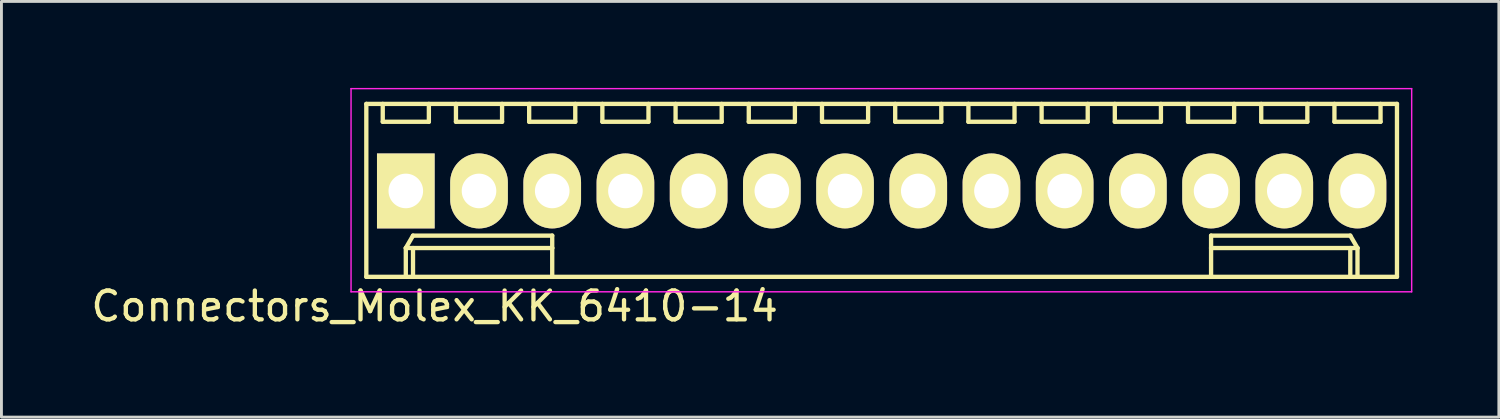
<source format=kicad_pcb>
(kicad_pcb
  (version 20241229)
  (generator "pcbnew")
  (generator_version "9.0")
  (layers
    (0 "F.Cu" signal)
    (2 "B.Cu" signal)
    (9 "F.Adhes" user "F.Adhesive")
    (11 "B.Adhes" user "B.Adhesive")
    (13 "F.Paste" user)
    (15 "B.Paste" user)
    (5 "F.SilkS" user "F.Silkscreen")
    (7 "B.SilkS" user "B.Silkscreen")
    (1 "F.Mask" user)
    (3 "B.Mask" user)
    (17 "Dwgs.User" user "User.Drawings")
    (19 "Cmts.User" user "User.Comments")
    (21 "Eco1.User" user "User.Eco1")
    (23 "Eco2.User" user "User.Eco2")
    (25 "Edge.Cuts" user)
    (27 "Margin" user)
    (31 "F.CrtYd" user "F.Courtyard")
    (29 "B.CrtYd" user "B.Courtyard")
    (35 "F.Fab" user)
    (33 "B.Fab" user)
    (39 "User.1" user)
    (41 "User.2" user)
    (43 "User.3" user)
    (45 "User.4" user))
  (footprint "Connectors_Molex_KK_6410-14"
    (layer "F.Cu")
    (at 11.03 3.575)
    (property "Reference" "Connectors_Molex_KK_6410-14" (at 1 4 0) (layer "F.SilkS") (effects (font (size 1 1) (thickness 0.15))))
    (attr through_hole)
    (fp_line (start -1.37 -3.02) (end -1.37 2.98) (stroke (width 0.15) (type solid)) (layer "F.SilkS"))
    (fp_line (start -1.37 2.98) (end 34.39 2.98) (stroke (width 0.15) (type solid)) (layer "F.SilkS"))
    (fp_line (start -0.8 -3.02) (end -0.8 -2.4) (stroke (width 0.15) (type solid)) (layer "F.SilkS"))
    (fp_line (start -0.8 -2.4) (end 0.8 -2.4) (stroke (width 0.15) (type solid)) (layer "F.SilkS"))
    (fp_line (start 0 1.98) (end 0.25 1.55) (stroke (width 0.15) (type solid)) (layer "F.SilkS"))
    (fp_line (start 0 1.98) (end 5.08 1.98) (stroke (width 0.15) (type solid)) (layer "F.SilkS"))
    (fp_line (start 0 2.98) (end 0 1.98) (stroke (width 0.15) (type solid)) (layer "F.SilkS"))
    (fp_line (start 0.25 1.55) (end 5.08 1.55) (stroke (width 0.15) (type solid)) (layer "F.SilkS"))
    (fp_line (start 0.25 2.98) (end 0.25 1.98) (stroke (width 0.15) (type solid)) (layer "F.SilkS"))
    (fp_line (start 0.8 -2.4) (end 0.8 -3.02) (stroke (width 0.15) (type solid)) (layer "F.SilkS"))
    (fp_line (start 1.74 -3.02) (end 1.74 -2.4) (stroke (width 0.15) (type solid)) (layer "F.SilkS"))
    (fp_line (start 1.74 -2.4) (end 3.34 -2.4) (stroke (width 0.15) (type solid)) (layer "F.SilkS"))
    (fp_line (start 3.34 -2.4) (end 3.34 -3.02) (stroke (width 0.15) (type solid)) (layer "F.SilkS"))
    (fp_line (start 4.28 -3.02) (end 4.28 -2.4) (stroke (width 0.15) (type solid)) (layer "F.SilkS"))
    (fp_line (start 4.28 -2.4) (end 5.88 -2.4) (stroke (width 0.15) (type solid)) (layer "F.SilkS"))
    (fp_line (start 5.08 1.55) (end 5.08 1.98) (stroke (width 0.15) (type solid)) (layer "F.SilkS"))
    (fp_line (start 5.08 1.98) (end 5.08 2.98) (stroke (width 0.15) (type solid)) (layer "F.SilkS"))
    (fp_line (start 5.88 -2.4) (end 5.88 -3.02) (stroke (width 0.15) (type solid)) (layer "F.SilkS"))
    (fp_line (start 6.82 -3.02) (end 6.82 -2.4) (stroke (width 0.15) (type solid)) (layer "F.SilkS"))
    (fp_line (start 6.82 -2.4) (end 8.42 -2.4) (stroke (width 0.15) (type solid)) (layer "F.SilkS"))
    (fp_line (start 8.42 -2.4) (end 8.42 -3.02) (stroke (width 0.15) (type solid)) (layer "F.SilkS"))
    (fp_line (start 9.36 -3.02) (end 9.36 -2.4) (stroke (width 0.15) (type solid)) (layer "F.SilkS"))
    (fp_line (start 9.36 -2.4) (end 10.96 -2.4) (stroke (width 0.15) (type solid)) (layer "F.SilkS"))
    (fp_line (start 10.96 -2.4) (end 10.96 -3.02) (stroke (width 0.15) (type solid)) (layer "F.SilkS"))
    (fp_line (start 11.9 -3.02) (end 11.9 -2.4) (stroke (width 0.15) (type solid)) (layer "F.SilkS"))
    (fp_line (start 11.9 -2.4) (end 13.5 -2.4) (stroke (width 0.15) (type solid)) (layer "F.SilkS"))
    (fp_line (start 13.5 -2.4) (end 13.5 -3.02) (stroke (width 0.15) (type solid)) (layer "F.SilkS"))
    (fp_line (start 14.44 -3.02) (end 14.44 -2.4) (stroke (width 0.15) (type solid)) (layer "F.SilkS"))
    (fp_line (start 14.44 -2.4) (end 16.04 -2.4) (stroke (width 0.15) (type solid)) (layer "F.SilkS"))
    (fp_line (start 16.04 -2.4) (end 16.04 -3.02) (stroke (width 0.15) (type solid)) (layer "F.SilkS"))
    (fp_line (start 16.98 -3.02) (end 16.98 -2.4) (stroke (width 0.15) (type solid)) (layer "F.SilkS"))
    (fp_line (start 16.98 -2.4) (end 18.58 -2.4) (stroke (width 0.15) (type solid)) (layer "F.SilkS"))
    (fp_line (start 18.58 -2.4) (end 18.58 -3.02) (stroke (width 0.15) (type solid)) (layer "F.SilkS"))
    (fp_line (start 19.52 -3.02) (end 19.52 -2.4) (stroke (width 0.15) (type solid)) (layer "F.SilkS"))
    (fp_line (start 19.52 -2.4) (end 21.12 -2.4) (stroke (width 0.15) (type solid)) (layer "F.SilkS"))
    (fp_line (start 21.12 -2.4) (end 21.12 -3.02) (stroke (width 0.15) (type solid)) (layer "F.SilkS"))
    (fp_line (start 22.06 -3.02) (end 22.06 -2.4) (stroke (width 0.15) (type solid)) (layer "F.SilkS"))
    (fp_line (start 22.06 -2.4) (end 23.66 -2.4) (stroke (width 0.15) (type solid)) (layer "F.SilkS"))
    (fp_line (start 23.66 -2.4) (end 23.66 -3.02) (stroke (width 0.15) (type solid)) (layer "F.SilkS"))
    (fp_line (start 24.6 -3.02) (end 24.6 -2.4) (stroke (width 0.15) (type solid)) (layer "F.SilkS"))
    (fp_line (start 24.6 -2.4) (end 26.2 -2.4) (stroke (width 0.15) (type solid)) (layer "F.SilkS"))
    (fp_line (start 26.2 -2.4) (end 26.2 -3.02) (stroke (width 0.15) (type solid)) (layer "F.SilkS"))
    (fp_line (start 27.14 -3.02) (end 27.14 -2.4) (stroke (width 0.15) (type solid)) (layer "F.SilkS"))
    (fp_line (start 27.14 -2.4) (end 28.74 -2.4) (stroke (width 0.15) (type solid)) (layer "F.SilkS"))
    (fp_line (start 27.94 1.55) (end 27.94 1.98) (stroke (width 0.15) (type solid)) (layer "F.SilkS"))
    (fp_line (start 27.94 1.98) (end 27.94 2.98) (stroke (width 0.15) (type solid)) (layer "F.SilkS"))
    (fp_line (start 28.74 -2.4) (end 28.74 -3.02) (stroke (width 0.15) (type solid)) (layer "F.SilkS"))
    (fp_line (start 29.68 -3.02) (end 29.68 -2.4) (stroke (width 0.15) (type solid)) (layer "F.SilkS"))
    (fp_line (start 29.68 -2.4) (end 31.28 -2.4) (stroke (width 0.15) (type solid)) (layer "F.SilkS"))
    (fp_line (start 31.28 -2.4) (end 31.28 -3.02) (stroke (width 0.15) (type solid)) (layer "F.SilkS"))
    (fp_line (start 32.22 -3.02) (end 32.22 -2.4) (stroke (width 0.15) (type solid)) (layer "F.SilkS"))
    (fp_line (start 32.22 -2.4) (end 33.82 -2.4) (stroke (width 0.15) (type solid)) (layer "F.SilkS"))
    (fp_line (start 32.77 1.55) (end 27.94 1.55) (stroke (width 0.15) (type solid)) (layer "F.SilkS"))
    (fp_line (start 32.77 2.98) (end 32.77 1.98) (stroke (width 0.15) (type solid)) (layer "F.SilkS"))
    (fp_line (start 33.02 1.98) (end 27.94 1.98) (stroke (width 0.15) (type solid)) (layer "F.SilkS"))
    (fp_line (start 33.02 1.98) (end 32.77 1.55) (stroke (width 0.15) (type solid)) (layer "F.SilkS"))
    (fp_line (start 33.02 2.98) (end 33.02 1.98) (stroke (width 0.15) (type solid)) (layer "F.SilkS"))
    (fp_line (start 33.82 -2.4) (end 33.82 -3.02) (stroke (width 0.15) (type solid)) (layer "F.SilkS"))
    (fp_line (start 34.39 -3.02) (end -1.37 -3.02) (stroke (width 0.15) (type solid)) (layer "F.SilkS"))
    (fp_line (start 34.39 2.98) (end 34.39 -3.02) (stroke (width 0.15) (type solid)) (layer "F.SilkS"))
    (fp_line (start -1.9 -3.55) (end 34.9 -3.55) (stroke (width 0.05) (type solid)) (layer "F.CrtYd"))
    (fp_line (start -1.9 3.5) (end -1.9 -3.55) (stroke (width 0.05) (type solid)) (layer "F.CrtYd"))
    (fp_line (start 34.9 -3.55) (end 34.9 3.5) (stroke (width 0.05) (type solid)) (layer "F.CrtYd"))
    (fp_line (start 34.9 3.5) (end -1.9 3.5) (stroke (width 0.05) (type solid)) (layer "F.CrtYd"))
    (pad "1" thru_hole rect (at 0 0) (size 2 2.6) (drill 1.2) (layers "*.Cu" "*.Mask" "F.SilkS"))
    (pad "2" thru_hole oval (at 2.54 0) (size 2 2.6) (drill 1.2) (layers "*.Cu" "*.Mask" "F.SilkS"))
    (pad "3" thru_hole oval (at 5.08 0) (size 2 2.6) (drill 1.2) (layers "*.Cu" "*.Mask" "F.SilkS"))
    (pad "4" thru_hole oval (at 7.62 0) (size 2 2.6) (drill 1.2) (layers "*.Cu" "*.Mask" "F.SilkS"))
    (pad "5" thru_hole oval (at 10.16 0) (size 2 2.6) (drill 1.2) (layers "*.Cu" "*.Mask" "F.SilkS"))
    (pad "6" thru_hole oval (at 12.7 0) (size 2 2.6) (drill 1.2) (layers "*.Cu" "*.Mask" "F.SilkS"))
    (pad "7" thru_hole oval (at 15.24 0) (size 2 2.6) (drill 1.2) (layers "*.Cu" "*.Mask" "F.SilkS"))
    (pad "8" thru_hole oval (at 17.78 0) (size 2 2.6) (drill 1.2) (layers "*.Cu" "*.Mask" "F.SilkS"))
    (pad "9" thru_hole oval (at 20.32 0) (size 2 2.6) (drill 1.2) (layers "*.Cu" "*.Mask" "F.SilkS"))
    (pad "10" thru_hole oval (at 22.86 0) (size 2 2.6) (drill 1.2) (layers "*.Cu" "*.Mask" "F.SilkS"))
    (pad "11" thru_hole oval (at 25.4 0) (size 2 2.6) (drill 1.2) (layers "*.Cu" "*.Mask" "F.SilkS"))
    (pad "12" thru_hole oval (at 27.94 0) (size 2 2.6) (drill 1.2) (layers "*.Cu" "*.Mask" "F.SilkS"))
    (pad "13" thru_hole oval (at 30.48 0) (size 2 2.6) (drill 1.2) (layers "*.Cu" "*.Mask" "F.SilkS"))
    (pad "14" thru_hole oval (at 33.02 0) (size 2 2.6) (drill 1.2) (layers "*.Cu" "*.Mask" "F.SilkS")))
  (gr_rect
    (start -3 -3)
    (end 48.955 11.423)
    (stroke (width 0.1) (type default))
    (fill no)
    (layer "Edge.Cuts")))
</source>
